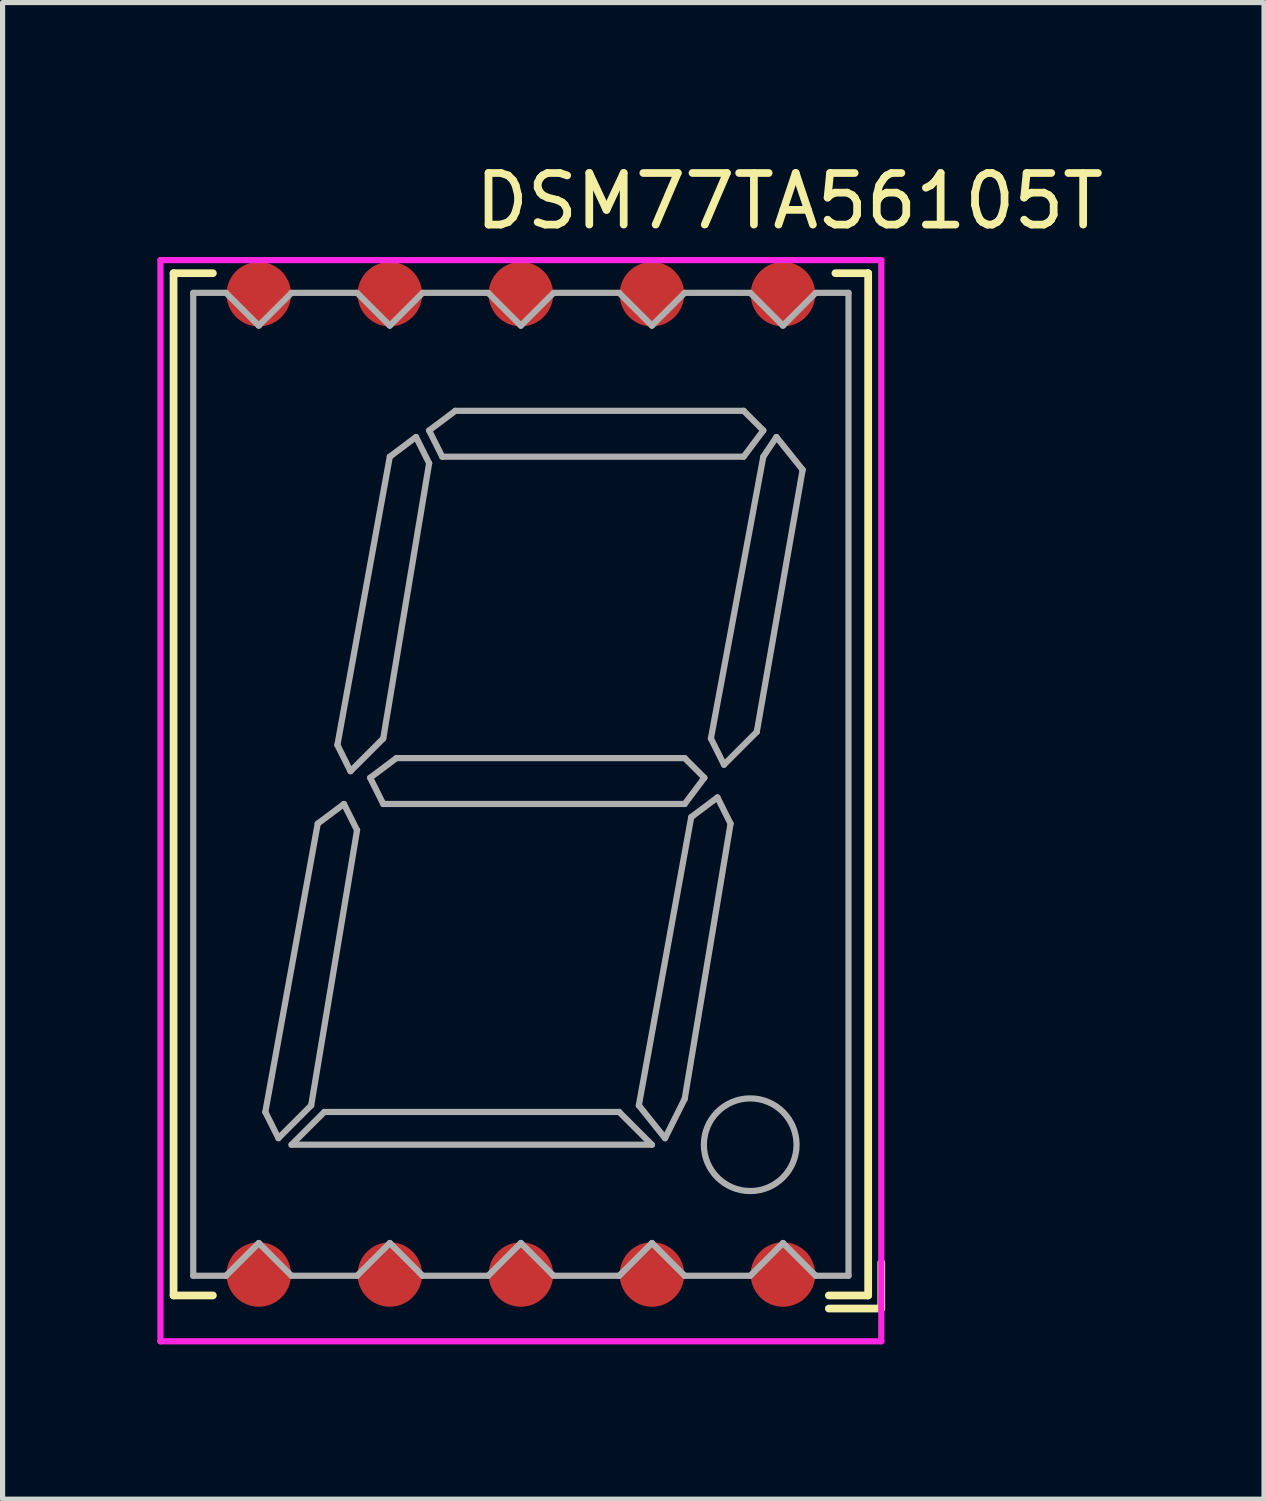
<source format=kicad_pcb>
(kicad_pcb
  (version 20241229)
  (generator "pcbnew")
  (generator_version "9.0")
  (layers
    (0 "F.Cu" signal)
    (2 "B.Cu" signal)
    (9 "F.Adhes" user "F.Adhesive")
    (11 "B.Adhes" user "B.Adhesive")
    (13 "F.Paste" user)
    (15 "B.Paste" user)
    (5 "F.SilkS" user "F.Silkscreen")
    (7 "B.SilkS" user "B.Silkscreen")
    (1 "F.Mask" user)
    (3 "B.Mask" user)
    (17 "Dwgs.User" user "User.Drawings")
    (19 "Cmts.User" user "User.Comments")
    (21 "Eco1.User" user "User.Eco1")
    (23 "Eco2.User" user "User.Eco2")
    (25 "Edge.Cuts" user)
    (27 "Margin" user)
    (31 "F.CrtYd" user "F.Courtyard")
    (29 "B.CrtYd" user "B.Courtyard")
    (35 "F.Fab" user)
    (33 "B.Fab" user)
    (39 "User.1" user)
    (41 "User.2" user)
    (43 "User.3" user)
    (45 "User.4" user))
  (footprint "DSM77TA56105T"
    (layer "F.Cu")
    (at 7.045 12.151)
    (property "Reference" "DSM77TA56105T" (at 5.207 -11.303 0) (layer "F.SilkS") (effects (font (size 1 1) (thickness 0.15))))
    (attr through_hole)
    (fp_line (start -6.731 -9.906) (end -5.969 -9.906) (stroke (width 0.15) (type solid)) (layer "F.SilkS"))
    (fp_line (start -6.731 9.906) (end -6.731 -9.906) (stroke (width 0.15) (type solid)) (layer "F.SilkS"))
    (fp_line (start -5.969 9.906) (end -6.731 9.906) (stroke (width 0.15) (type solid)) (layer "F.SilkS"))
    (fp_line (start 5.969 10.16) (end 6.985 10.16) (stroke (width 0.15) (type solid)) (layer "F.SilkS"))
    (fp_line (start 6.096 -9.906) (end 6.731 -9.906) (stroke (width 0.15) (type solid)) (layer "F.SilkS"))
    (fp_line (start 6.731 -9.906) (end 6.731 9.906) (stroke (width 0.15) (type solid)) (layer "F.SilkS"))
    (fp_line (start 6.731 9.906) (end 5.969 9.906) (stroke (width 0.15) (type solid)) (layer "F.SilkS"))
    (fp_line (start 6.985 10.16) (end 6.985 9.271) (stroke (width 0.15) (type solid)) (layer "F.SilkS"))
    (fp_line (start -6.985 -10.16) (end 6.985 -10.16) (stroke (width 0.12) (type solid)) (layer "F.CrtYd"))
    (fp_line (start -6.985 10.795) (end -6.985 -10.16) (stroke (width 0.12) (type solid)) (layer "F.CrtYd"))
    (fp_line (start 6.985 -10.16) (end 6.985 10.795) (stroke (width 0.12) (type solid)) (layer "F.CrtYd"))
    (fp_line (start 6.985 10.795) (end -6.985 10.795) (stroke (width 0.12) (type solid)) (layer "F.CrtYd"))
    (fp_line (start -6.35 -9.525) (end -5.715 -9.525) (stroke (width 0.12) (type solid)) (layer "F.Fab"))
    (fp_line (start -6.35 9.525) (end -6.35 -9.525) (stroke (width 0.12) (type solid)) (layer "F.Fab"))
    (fp_line (start -5.715 -9.525) (end -5.08 -8.89) (stroke (width 0.12) (type solid)) (layer "F.Fab"))
    (fp_line (start -5.715 9.525) (end -6.35 9.525) (stroke (width 0.12) (type solid)) (layer "F.Fab"))
    (fp_line (start -5.08 -8.89) (end -4.445 -9.525) (stroke (width 0.12) (type solid)) (layer "F.Fab"))
    (fp_line (start -5.08 8.89) (end -5.715 9.525) (stroke (width 0.12) (type solid)) (layer "F.Fab"))
    (fp_line (start -4.953 6.35) (end -3.937 0.762) (stroke (width 0.12) (type solid)) (layer "F.Fab"))
    (fp_line (start -4.699 6.858) (end -4.953 6.35) (stroke (width 0.12) (type solid)) (layer "F.Fab"))
    (fp_line (start -4.445 -9.525) (end -3.175 -9.525) (stroke (width 0.12) (type solid)) (layer "F.Fab"))
    (fp_line (start -4.445 6.985) (end 2.54 6.985) (stroke (width 0.12) (type solid)) (layer "F.Fab"))
    (fp_line (start -4.445 9.525) (end -5.08 8.89) (stroke (width 0.12) (type solid)) (layer "F.Fab"))
    (fp_line (start -4.064 6.223) (end -4.699 6.858) (stroke (width 0.12) (type solid)) (layer "F.Fab"))
    (fp_line (start -3.937 0.762) (end -3.429 0.381) (stroke (width 0.12) (type solid)) (layer "F.Fab"))
    (fp_line (start -3.81 6.35) (end -4.445 6.985) (stroke (width 0.12) (type solid)) (layer "F.Fab"))
    (fp_line (start -3.556 -0.762) (end -2.54 -6.35) (stroke (width 0.12) (type solid)) (layer "F.Fab"))
    (fp_line (start -3.429 0.381) (end -3.175 0.889) (stroke (width 0.12) (type solid)) (layer "F.Fab"))
    (fp_line (start -3.302 -0.254) (end -3.556 -0.762) (stroke (width 0.12) (type solid)) (layer "F.Fab"))
    (fp_line (start -3.175 -9.525) (end -2.54 -8.89) (stroke (width 0.12) (type solid)) (layer "F.Fab"))
    (fp_line (start -3.175 0.889) (end -4.064 6.223) (stroke (width 0.12) (type solid)) (layer "F.Fab"))
    (fp_line (start -3.175 9.525) (end -4.445 9.525) (stroke (width 0.12) (type solid)) (layer "F.Fab"))
    (fp_line (start -2.921 -0.127) (end -2.667 0.381) (stroke (width 0.12) (type solid)) (layer "F.Fab"))
    (fp_line (start -2.667 -0.889) (end -3.302 -0.254) (stroke (width 0.12) (type solid)) (layer "F.Fab"))
    (fp_line (start -2.667 0.381) (end 3.175 0.381) (stroke (width 0.12) (type solid)) (layer "F.Fab"))
    (fp_line (start -2.54 -8.89) (end -1.905 -9.525) (stroke (width 0.12) (type solid)) (layer "F.Fab"))
    (fp_line (start -2.54 -6.35) (end -2.032 -6.731) (stroke (width 0.12) (type solid)) (layer "F.Fab"))
    (fp_line (start -2.54 8.89) (end -3.175 9.525) (stroke (width 0.12) (type solid)) (layer "F.Fab"))
    (fp_line (start -2.413 -0.508) (end -2.921 -0.127) (stroke (width 0.12) (type solid)) (layer "F.Fab"))
    (fp_line (start -2.032 -6.731) (end -1.778 -6.223) (stroke (width 0.12) (type solid)) (layer "F.Fab"))
    (fp_line (start -1.905 -9.525) (end -0.635 -9.525) (stroke (width 0.12) (type solid)) (layer "F.Fab"))
    (fp_line (start -1.905 9.525) (end -2.54 8.89) (stroke (width 0.12) (type solid)) (layer "F.Fab"))
    (fp_line (start -1.778 -6.858) (end -1.524 -6.35) (stroke (width 0.12) (type solid)) (layer "F.Fab"))
    (fp_line (start -1.778 -6.223) (end -2.667 -0.889) (stroke (width 0.12) (type solid)) (layer "F.Fab"))
    (fp_line (start -1.524 -6.35) (end 4.318 -6.35) (stroke (width 0.12) (type solid)) (layer "F.Fab"))
    (fp_line (start -1.27 -7.239) (end -1.778 -6.858) (stroke (width 0.12) (type solid)) (layer "F.Fab"))
    (fp_line (start -0.635 -9.525) (end 0 -8.89) (stroke (width 0.12) (type solid)) (layer "F.Fab"))
    (fp_line (start -0.635 9.525) (end -1.905 9.525) (stroke (width 0.12) (type solid)) (layer "F.Fab"))
    (fp_line (start 0 -8.89) (end 0.635 -9.525) (stroke (width 0.12) (type solid)) (layer "F.Fab"))
    (fp_line (start 0 8.89) (end -0.635 9.525) (stroke (width 0.12) (type solid)) (layer "F.Fab"))
    (fp_line (start 0 8.89) (end 0.635 9.525) (stroke (width 0.12) (type solid)) (layer "F.Fab"))
    (fp_line (start 0.635 -9.525) (end 1.905 -9.525) (stroke (width 0.12) (type solid)) (layer "F.Fab"))
    (fp_line (start 0.635 9.525) (end 1.905 9.525) (stroke (width 0.12) (type solid)) (layer "F.Fab"))
    (fp_line (start 1.905 6.35) (end -3.81 6.35) (stroke (width 0.12) (type solid)) (layer "F.Fab"))
    (fp_line (start 1.905 9.525) (end 2.54 8.89) (stroke (width 0.12) (type solid)) (layer "F.Fab"))
    (fp_line (start 2.286 6.223) (end 3.302 0.635) (stroke (width 0.12) (type solid)) (layer "F.Fab"))
    (fp_line (start 2.54 -8.89) (end 1.905 -9.525) (stroke (width 0.12) (type solid)) (layer "F.Fab"))
    (fp_line (start 2.54 -8.89) (end 3.175 -9.525) (stroke (width 0.12) (type solid)) (layer "F.Fab"))
    (fp_line (start 2.54 6.985) (end 1.905 6.35) (stroke (width 0.12) (type solid)) (layer "F.Fab"))
    (fp_line (start 2.54 8.89) (end 3.175 9.525) (stroke (width 0.12) (type solid)) (layer "F.Fab"))
    (fp_line (start 2.794 6.858) (end 2.286 6.223) (stroke (width 0.12) (type solid)) (layer "F.Fab"))
    (fp_line (start 3.175 -9.525) (end 4.445 -9.525) (stroke (width 0.12) (type solid)) (layer "F.Fab"))
    (fp_line (start 3.175 -0.508) (end -2.413 -0.508) (stroke (width 0.12) (type solid)) (layer "F.Fab"))
    (fp_line (start 3.175 0.381) (end 3.556 -0.127) (stroke (width 0.12) (type solid)) (layer "F.Fab"))
    (fp_line (start 3.175 6.096) (end 2.794 6.858) (stroke (width 0.12) (type solid)) (layer "F.Fab"))
    (fp_line (start 3.175 9.525) (end 4.445 9.525) (stroke (width 0.12) (type solid)) (layer "F.Fab"))
    (fp_line (start 3.302 0.635) (end 3.81 0.254) (stroke (width 0.12) (type solid)) (layer "F.Fab"))
    (fp_line (start 3.556 -0.127) (end 3.175 -0.508) (stroke (width 0.12) (type solid)) (layer "F.Fab"))
    (fp_line (start 3.683 -0.889) (end 4.699 -6.35) (stroke (width 0.12) (type solid)) (layer "F.Fab"))
    (fp_line (start 3.81 0.254) (end 4.064 0.762) (stroke (width 0.12) (type solid)) (layer "F.Fab"))
    (fp_line (start 3.937 -0.381) (end 3.683 -0.889) (stroke (width 0.12) (type solid)) (layer "F.Fab"))
    (fp_line (start 4.064 0.762) (end 3.175 6.096) (stroke (width 0.12) (type solid)) (layer "F.Fab"))
    (fp_line (start 4.318 -7.239) (end -1.27 -7.239) (stroke (width 0.12) (type solid)) (layer "F.Fab"))
    (fp_line (start 4.318 -6.35) (end 4.699 -6.858) (stroke (width 0.12) (type solid)) (layer "F.Fab"))
    (fp_line (start 4.445 -9.525) (end 5.08 -8.89) (stroke (width 0.12) (type solid)) (layer "F.Fab"))
    (fp_line (start 4.445 9.525) (end 5.08 8.89) (stroke (width 0.12) (type solid)) (layer "F.Fab"))
    (fp_line (start 4.572 -1.016) (end 3.937 -0.381) (stroke (width 0.12) (type solid)) (layer "F.Fab"))
    (fp_line (start 4.699 -6.858) (end 4.318 -7.239) (stroke (width 0.12) (type solid)) (layer "F.Fab"))
    (fp_line (start 4.699 -6.35) (end 4.953 -6.731) (stroke (width 0.12) (type solid)) (layer "F.Fab"))
    (fp_line (start 4.953 -6.731) (end 5.461 -6.096) (stroke (width 0.12) (type solid)) (layer "F.Fab"))
    (fp_line (start 5.08 -8.89) (end 5.715 -9.525) (stroke (width 0.12) (type solid)) (layer "F.Fab"))
    (fp_line (start 5.08 8.89) (end 5.715 9.525) (stroke (width 0.12) (type solid)) (layer "F.Fab"))
    (fp_line (start 5.461 -6.096) (end 4.572 -1.016) (stroke (width 0.12) (type solid)) (layer "F.Fab"))
    (fp_line (start 5.715 -9.525) (end 6.35 -9.525) (stroke (width 0.12) (type solid)) (layer "F.Fab"))
    (fp_line (start 6.35 -9.525) (end 6.35 9.525) (stroke (width 0.12) (type solid)) (layer "F.Fab"))
    (fp_line (start 6.35 9.525) (end 5.715 9.525) (stroke (width 0.12) (type solid)) (layer "F.Fab"))
    (fp_circle (center 4.445 6.985) (end 5.08 7.62) (stroke (width 0.12) (type solid)) (fill no) (layer "F.Fab"))
    (pad "1" smd circle (at 5.08 9.5 180) (size 1.25 1.25) (layers "F.Cu" "F.Mask" "F.Paste"))
    (pad "2" smd circle (at 2.54 9.5 180) (size 1.25 1.25) (layers "F.Cu" "F.Mask" "F.Paste"))
    (pad "3" smd circle (at 0 9.5 180) (size 1.25 1.25) (layers "F.Cu" "F.Mask" "F.Paste"))
    (pad "4" smd circle (at -2.54 9.5 180) (size 1.25 1.25) (layers "F.Cu" "F.Mask" "F.Paste"))
    (pad "5" smd circle (at -5.08 9.5 180) (size 1.25 1.25) (layers "F.Cu" "F.Mask" "F.Paste"))
    (pad "6" smd circle (at -5.08 -9.5) (size 1.25 1.25) (layers "F.Cu" "F.Mask" "F.Paste"))
    (pad "7" smd circle (at -2.54 -9.5) (size 1.25 1.25) (layers "F.Cu" "F.Mask" "F.Paste"))
    (pad "8" smd circle (at 0 -9.5) (size 1.25 1.25) (layers "F.Cu" "F.Mask" "F.Paste"))
    (pad "9" smd circle (at 2.54 -9.5) (size 1.25 1.25) (layers "F.Cu" "F.Mask" "F.Paste"))
    (pad "10" smd circle (at 5.08 -9.5) (size 1.25 1.25) (layers "F.Cu" "F.Mask" "F.Paste")))
  (gr_rect
    (start -3 -3)
    (end 21.448 26.006)
    (stroke (width 0.1) (type default))
    (fill no)
    (layer "Edge.Cuts")))
</source>
